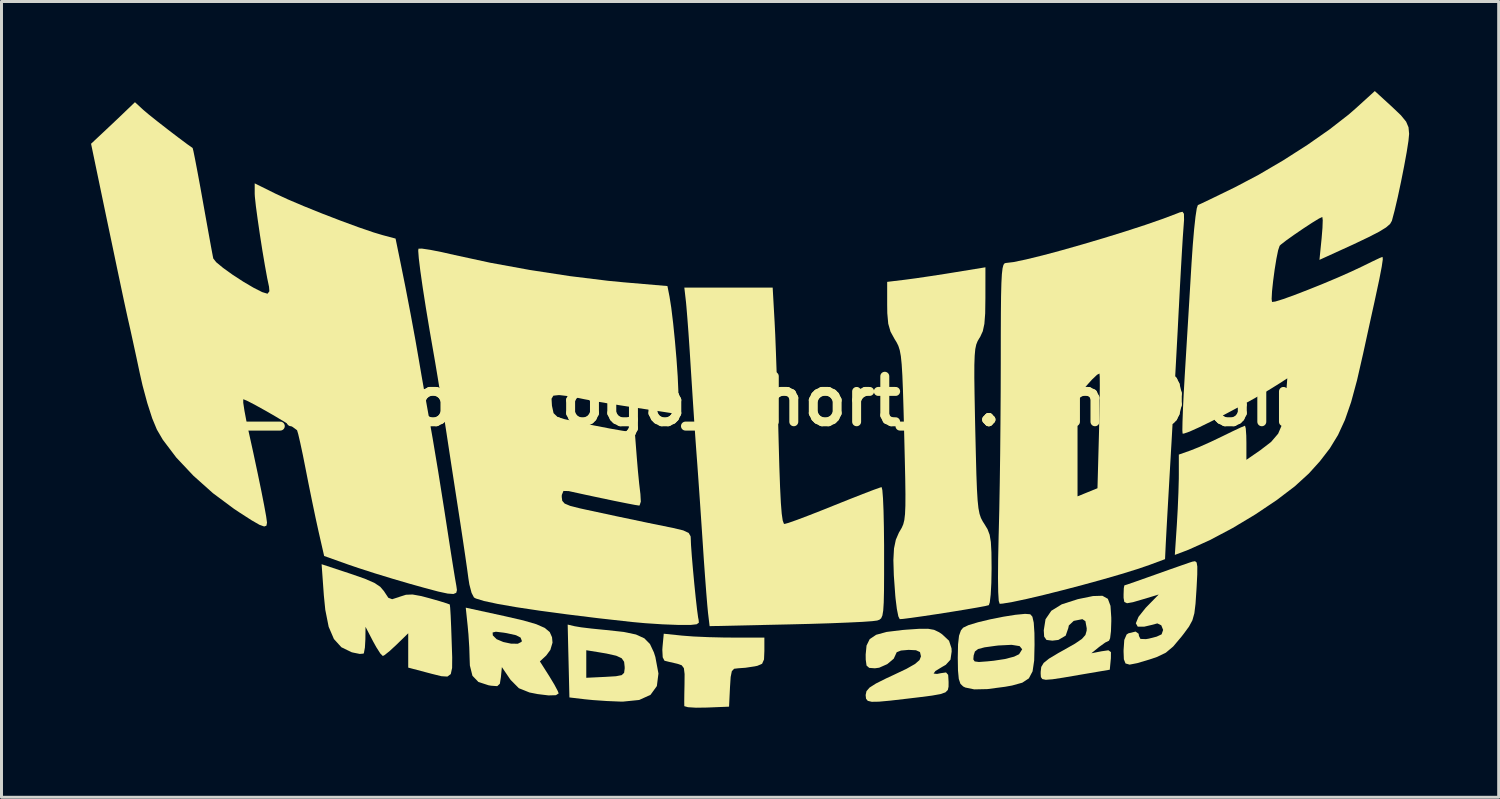
<source format=kicad_pcb>
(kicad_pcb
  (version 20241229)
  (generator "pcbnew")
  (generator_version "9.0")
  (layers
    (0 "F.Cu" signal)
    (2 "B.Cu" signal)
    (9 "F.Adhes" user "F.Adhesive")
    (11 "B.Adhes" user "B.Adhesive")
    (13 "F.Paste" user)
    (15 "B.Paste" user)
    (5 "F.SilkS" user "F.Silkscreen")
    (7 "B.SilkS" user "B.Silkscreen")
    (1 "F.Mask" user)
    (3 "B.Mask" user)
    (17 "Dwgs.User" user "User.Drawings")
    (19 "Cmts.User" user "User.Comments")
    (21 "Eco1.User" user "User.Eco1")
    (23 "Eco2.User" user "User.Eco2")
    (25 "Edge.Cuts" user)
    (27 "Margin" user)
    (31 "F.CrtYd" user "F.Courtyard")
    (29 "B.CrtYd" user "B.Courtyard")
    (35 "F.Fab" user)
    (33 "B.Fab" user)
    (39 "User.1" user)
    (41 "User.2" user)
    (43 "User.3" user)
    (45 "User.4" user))
  (footprint "zz_Helios_Logo_Short_1.8inx0.8in"
    (layer "F.Cu")
    (at 21.832 10.387)
    (property "Reference" "zz_Helios_Logo_Short_1.8inx0.8in" (at 0 0 0) (layer "F.SilkS") (effects (font (size 1.524 1.524) (thickness 0.3))))
    (attr board_only exclude_from_pos_files exclude_from_bom)
    (fp_poly (pts (xy -2.03 7.853) (xy -1.647 7.882) (xy -1.143 7.904) (xy -0.599 7.917) (xy -0.345 7.918) (xy 0.72 7.918) (xy 0.72 8.368) (xy 0.708 8.651) (xy 0.644 8.795) (xy 0.488 8.863) (xy 0.398 8.882) (xy 0.086 8.929) (xy -0.162 8.947) (xy -0.294 8.963) (xy -0.37 9.045) (xy -0.409 9.238) (xy -0.432 9.589) (xy -0.463 10.232) (xy -1.208 10.262) (xy -1.571 10.267) (xy -1.839 10.25) (xy -1.96 10.216) (xy -1.962 10.211) (xy -1.964 10.072) (xy -1.961 9.792) (xy -1.955 9.49) (xy -1.952 9.14) (xy -1.976 8.942) (xy -2.05 8.845) (xy -2.192 8.796) (xy -2.23 8.787) (xy -2.478 8.73) (xy -2.626 8.693) (xy -2.685 8.579) (xy -2.698 8.327) (xy -2.691 8.225) (xy -2.65 7.789)) (stroke (width 0) (type solid)) (fill yes) (layer "F.SilkS"))
    (fp_poly (pts (xy -5.634 7.538) (xy -5.421 7.574) (xy -5.072 7.616) (xy -4.655 7.658) (xy -4.576 7.665) (xy -3.994 7.729) (xy -3.581 7.815) (xy -3.299 7.944) (xy -3.111 8.136) (xy -2.981 8.413) (xy -2.931 8.569) (xy -2.828 9.122) (xy -2.881 9.542) (xy -3.094 9.836) (xy -3.473 10.008) (xy -4.019 10.063) (xy -4.102 10.062) (xy -4.559 10.043) (xy -5.024 10.011) (xy -5.296 9.984) (xy -5.81 9.923) (xy -5.839 8.703) (xy -5.848 8.342) (xy -5.245 8.342) (xy -5.245 9.265) (xy -4.602 9.234) (xy -4.252 9.213) (xy -4.059 9.176) (xy -3.978 9.099) (xy -3.959 8.957) (xy -3.959 8.903) (xy -3.978 8.729) (xy -4.059 8.611) (xy -4.243 8.526) (xy -4.568 8.453) (xy -4.859 8.404) (xy -5.245 8.342) (xy -5.848 8.342) (xy -5.868 7.483)) (stroke (width 0) (type solid)) (fill yes) (layer "F.SilkS"))
    (fp_poly (pts (xy 9.625 7.137) (xy 9.697 7.218) (xy 9.742 7.418) (xy 9.765 7.767) (xy 9.769 8.156) (xy 9.757 8.686) (xy 9.703 9.049) (xy 9.579 9.284) (xy 9.359 9.429) (xy 9.016 9.524) (xy 8.781 9.566) (xy 8.183 9.644) (xy 7.749 9.653) (xy 7.451 9.591) (xy 7.378 9.555) (xy 7.287 9.467) (xy 7.232 9.304) (xy 7.205 9.021) (xy 7.199 8.65) (xy 7.719 8.65) (xy 7.764 8.717) (xy 7.905 8.736) (xy 8.187 8.715) (xy 8.398 8.694) (xy 8.776 8.637) (xy 9.084 8.557) (xy 9.251 8.476) (xy 9.355 8.31) (xy 9.269 8.204) (xy 9.001 8.161) (xy 8.556 8.183) (xy 8.471 8.193) (xy 8.095 8.245) (xy 7.878 8.302) (xy 7.772 8.384) (xy 7.731 8.513) (xy 7.729 8.522) (xy 7.719 8.65) (xy 7.199 8.65) (xy 7.198 8.597) (xy 7.207 8.147) (xy 7.24 7.855) (xy 7.304 7.676) (xy 7.378 7.587) (xy 7.555 7.502) (xy 7.876 7.405) (xy 8.284 7.307) (xy 8.721 7.22) (xy 9.129 7.155) (xy 9.452 7.124)) (stroke (width 0) (type solid)) (fill yes) (layer "F.SilkS"))
    (fp_poly (pts (xy -13.14 5.781) (xy -12.665 5.946) (xy -12.347 6.084) (xy -12.146 6.217) (xy -12.019 6.366) (xy -12.002 6.394) (xy -11.875 6.585) (xy -11.747 6.633) (xy -11.53 6.564) (xy -11.499 6.552) (xy -11.285 6.484) (xy -11.066 6.475) (xy -10.771 6.528) (xy -10.504 6.599) (xy -10.166 6.695) (xy -9.919 6.772) (xy -9.817 6.81) (xy -9.804 6.918) (xy -9.787 7.19) (xy -9.77 7.584) (xy -9.754 8.047) (xy -9.736 8.58) (xy -9.739 8.935) (xy -9.784 9.141) (xy -9.896 9.224) (xy -10.098 9.212) (xy -10.413 9.134) (xy -10.618 9.08) (xy -11.209 8.924) (xy -11.209 7.774) (xy -11.599 8.154) (xy -11.83 8.368) (xy -12.003 8.506) (xy -12.06 8.535) (xy -12.143 8.452) (xy -12.28 8.237) (xy -12.385 8.047) (xy -12.639 7.558) (xy -12.644 7.978) (xy -12.66 8.255) (xy -12.693 8.433) (xy -12.706 8.455) (xy -12.832 8.466) (xy -13.069 8.418) (xy -13.114 8.405) (xy -13.449 8.241) (xy -13.698 7.966) (xy -13.874 7.556) (xy -13.987 6.987) (xy -14.035 6.505) (xy -14.11 5.461)) (stroke (width 0) (type solid)) (fill yes) (layer "F.SilkS"))
    (fp_poly (pts (xy -7.961 7.204) (xy -7.354 7.344) (xy -6.922 7.469) (xy -6.637 7.594) (xy -6.469 7.734) (xy -6.392 7.907) (xy -6.376 8.088) (xy -6.449 8.332) (xy -6.587 8.519) (xy -6.799 8.716) (xy -6.484 9.211) (xy -6.313 9.495) (xy -6.199 9.71) (xy -6.17 9.789) (xy -6.262 9.848) (xy -6.511 9.855) (xy -6.873 9.811) (xy -7.147 9.757) (xy -7.502 9.615) (xy -7.776 9.34) (xy -7.815 9.285) (xy -8.072 8.907) (xy -8.105 9.245) (xy -8.14 9.465) (xy -8.227 9.545) (xy -8.434 9.53) (xy -8.517 9.516) (xy -8.858 9.405) (xy -9.058 9.197) (xy -9.144 8.854) (xy -9.152 8.633) (xy -9.164 8.249) (xy -9.193 7.792) (xy -9.198 7.748) (xy -8.382 7.748) (xy -8.376 7.842) (xy -8.374 7.847) (xy -8.249 7.972) (xy -8.023 8.067) (xy -7.763 8.122) (xy -7.537 8.124) (xy -7.412 8.06) (xy -7.404 8.027) (xy -7.446 7.918) (xy -7.599 7.839) (xy -7.906 7.771) (xy -8.007 7.754) (xy -8.273 7.722) (xy -8.382 7.748) (xy -9.198 7.748) (xy -9.217 7.535) (xy -9.282 6.916)) (stroke (width 0) (type solid)) (fill yes) (layer "F.SilkS"))
    (fp_poly (pts (xy 12.225 6.62) (xy 12.313 6.855) (xy 12.339 7.247) (xy 12.34 7.365) (xy 12.329 7.702) (xy 12.3 7.94) (xy 12.263 8.023) (xy 12.137 8.084) (xy 11.938 8.228) (xy 11.929 8.235) (xy 11.672 8.444) (xy 12.013 8.377) (xy 12.243 8.344) (xy 12.328 8.404) (xy 12.326 8.608) (xy 12.322 8.652) (xy 12.289 8.994) (xy 11.26 9.169) (xy 10.73 9.26) (xy 10.37 9.315) (xy 10.147 9.332) (xy 10.029 9.308) (xy 9.982 9.241) (xy 9.974 9.127) (xy 9.975 9.059) (xy 9.994 8.901) (xy 10.075 8.767) (xy 10.254 8.623) (xy 10.566 8.436) (xy 10.746 8.336) (xy 11.125 8.121) (xy 11.355 7.964) (xy 11.473 7.831) (xy 11.514 7.687) (xy 11.517 7.607) (xy 11.473 7.369) (xy 11.372 7.301) (xy 11.081 7.359) (xy 10.918 7.512) (xy 10.9 7.6) (xy 10.812 7.853) (xy 10.567 7.997) (xy 10.366 8.021) (xy 10.169 7.997) (xy 10.091 7.885) (xy 10.078 7.675) (xy 10.137 7.304) (xy 10.331 7.02) (xy 10.681 6.804) (xy 11.212 6.634) (xy 11.255 6.624) (xy 11.729 6.527) (xy 12.042 6.518)) (stroke (width 0) (type solid)) (fill yes) (layer "F.SilkS"))
    (fp_poly (pts (xy 6.405 7.659) (xy 6.572 7.739) (xy 6.675 7.809) (xy 6.905 8.024) (xy 6.988 8.277) (xy 6.993 8.385) (xy 6.953 8.658) (xy 6.796 8.831) (xy 6.684 8.895) (xy 6.449 9.037) (xy 6.388 9.123) (xy 6.503 9.136) (xy 6.633 9.11) (xy 6.805 9.086) (xy 6.876 9.167) (xy 6.89 9.402) (xy 6.89 9.405) (xy 6.889 9.563) (xy 6.864 9.674) (xy 6.784 9.753) (xy 6.617 9.811) (xy 6.331 9.862) (xy 5.894 9.918) (xy 5.49 9.966) (xy 4.937 10.03) (xy 4.556 10.065) (xy 4.316 10.069) (xy 4.183 10.037) (xy 4.126 9.968) (xy 4.113 9.857) (xy 4.113 9.837) (xy 4.14 9.712) (xy 4.243 9.593) (xy 4.456 9.457) (xy 4.81 9.28) (xy 5.039 9.174) (xy 5.485 8.962) (xy 5.768 8.801) (xy 5.917 8.67) (xy 5.964 8.55) (xy 5.964 8.541) (xy 5.932 8.403) (xy 5.798 8.342) (xy 5.553 8.33) (xy 5.295 8.352) (xy 5.152 8.409) (xy 5.142 8.432) (xy 5.053 8.625) (xy 4.837 8.807) (xy 4.566 8.927) (xy 4.422 8.947) (xy 4.232 8.933) (xy 4.142 8.855) (xy 4.115 8.657) (xy 4.113 8.486) (xy 4.142 8.185) (xy 4.248 7.97) (xy 4.463 7.825) (xy 4.815 7.729) (xy 5.337 7.665) (xy 5.467 7.654) (xy 5.909 7.624) (xy 6.202 7.623)) (stroke (width 0) (type solid)) (fill yes) (layer "F.SilkS"))
    (fp_poly (pts (xy 15.198 5.403) (xy 15.221 5.54) (xy 15.219 5.806) (xy 15.197 6.237) (xy 15.192 6.32) (xy 15.161 6.785) (xy 15.122 7.105) (xy 15.056 7.34) (xy 14.943 7.549) (xy 14.765 7.792) (xy 14.687 7.892) (xy 14.412 8.218) (xy 14.167 8.424) (xy 13.874 8.566) (xy 13.626 8.65) (xy 13.21 8.774) (xy 12.953 8.824) (xy 12.816 8.785) (xy 12.761 8.646) (xy 12.751 8.391) (xy 12.751 8.341) (xy 12.775 7.996) (xy 12.853 7.815) (xy 12.914 7.775) (xy 13.153 7.717) (xy 13.256 7.79) (xy 13.266 7.864) (xy 13.317 7.963) (xy 13.5 7.97) (xy 13.6 7.953) (xy 13.858 7.887) (xy 14.022 7.811) (xy 14.025 7.809) (xy 14.076 7.662) (xy 14.014 7.507) (xy 13.885 7.444) (xy 13.861 7.449) (xy 13.665 7.501) (xy 13.446 7.552) (xy 13.226 7.553) (xy 13.162 7.439) (xy 13.251 7.224) (xy 13.489 6.925) (xy 13.545 6.867) (xy 13.928 6.475) (xy 13.417 6.63) (xy 13.065 6.733) (xy 12.866 6.768) (xy 12.776 6.724) (xy 12.752 6.592) (xy 12.751 6.479) (xy 12.759 6.262) (xy 12.778 6.17) (xy 12.778 6.17) (xy 12.88 6.138) (xy 13.134 6.05) (xy 13.499 5.921) (xy 13.832 5.803) (xy 14.278 5.644) (xy 14.667 5.508) (xy 14.949 5.41) (xy 15.056 5.375) (xy 15.145 5.36)) (stroke (width 0) (type solid)) (fill yes) (layer "F.SilkS"))
    (fp_poly (pts (xy 1.063 -2.648) (xy 1.084 -2.222) (xy 1.107 -1.634) (xy 1.132 -0.926) (xy 1.157 -0.141) (xy 1.181 0.677) (xy 1.197 1.311) (xy 1.221 2.192) (xy 1.246 2.883) (xy 1.272 3.403) (xy 1.301 3.768) (xy 1.334 3.995) (xy 1.372 4.101) (xy 1.394 4.113) (xy 1.529 4.076) (xy 1.818 3.974) (xy 2.227 3.819) (xy 2.719 3.626) (xy 3.042 3.496) (xy 3.564 3.287) (xy 4.019 3.108) (xy 4.374 2.972) (xy 4.593 2.894) (xy 4.647 2.879) (xy 4.671 2.977) (xy 4.693 3.251) (xy 4.711 3.671) (xy 4.723 4.207) (xy 4.73 4.83) (xy 4.73 5.078) (xy 4.73 5.804) (xy 4.727 6.35) (xy 4.718 6.743) (xy 4.701 7.01) (xy 4.673 7.178) (xy 4.632 7.272) (xy 4.574 7.32) (xy 4.499 7.347) (xy 4.336 7.368) (xy 3.998 7.392) (xy 3.514 7.415) (xy 2.915 7.439) (xy 2.231 7.46) (xy 1.577 7.476) (xy -1.114 7.535) (xy -1.168 7.084) (xy -1.192 6.831) (xy -1.226 6.418) (xy -1.266 5.889) (xy -1.309 5.289) (xy -1.339 4.833) (xy -1.386 4.132) (xy -1.436 3.395) (xy -1.485 2.692) (xy -1.528 2.09) (xy -1.546 1.851) (xy -1.585 1.319) (xy -1.631 0.652) (xy -1.679 -0.077) (xy -1.725 -0.797) (xy -1.743 -1.08) (xy -1.782 -1.699) (xy -1.822 -2.285) (xy -1.86 -2.789) (xy -1.891 -3.164) (xy -1.905 -3.316) (xy -1.961 -3.805) (xy 0.998 -3.805)) (stroke (width 0) (type solid)) (fill yes) (layer "F.SilkS"))
    (fp_poly (pts (xy 8.123 -3.451) (xy 8.116 -2.942) (xy 8.089 -2.59) (xy 8.036 -2.344) (xy 7.949 -2.155) (xy 7.922 -2.113) (xy 7.863 -2.013) (xy 7.817 -1.898) (xy 7.784 -1.743) (xy 7.764 -1.523) (xy 7.753 -1.213) (xy 7.752 -0.786) (xy 7.76 -0.217) (xy 7.774 0.518) (xy 7.784 0.972) (xy 7.804 1.802) (xy 7.821 2.453) (xy 7.84 2.949) (xy 7.862 3.318) (xy 7.89 3.584) (xy 7.927 3.774) (xy 7.974 3.914) (xy 8.035 4.03) (xy 8.088 4.112) (xy 8.195 4.289) (xy 8.265 4.475) (xy 8.306 4.717) (xy 8.325 5.064) (xy 8.33 5.563) (xy 8.33 5.622) (xy 8.322 6.089) (xy 8.301 6.475) (xy 8.27 6.738) (xy 8.238 6.832) (xy 8.117 6.862) (xy 7.837 6.914) (xy 7.444 6.981) (xy 6.983 7.056) (xy 6.499 7.132) (xy 6.038 7.201) (xy 5.644 7.257) (xy 5.363 7.293) (xy 5.254 7.301) (xy 5.207 7.207) (xy 5.157 6.957) (xy 5.113 6.601) (xy 5.105 6.514) (xy 5.056 5.834) (xy 5.041 5.32) (xy 5.062 4.934) (xy 5.123 4.641) (xy 5.226 4.403) (xy 5.258 4.349) (xy 5.322 4.239) (xy 5.372 4.124) (xy 5.408 3.98) (xy 5.431 3.781) (xy 5.443 3.501) (xy 5.445 3.116) (xy 5.438 2.598) (xy 5.423 1.925) (xy 5.404 1.149) (xy 5.382 0.309) (xy 5.362 -0.352) (xy 5.342 -0.858) (xy 5.319 -1.235) (xy 5.291 -1.51) (xy 5.254 -1.708) (xy 5.207 -1.855) (xy 5.147 -1.975) (xy 5.082 -2.08) (xy 4.945 -2.329) (xy 4.869 -2.594) (xy 4.837 -2.946) (xy 4.833 -3.23) (xy 4.833 -3.996) (xy 5.424 -4.067) (xy 5.791 -4.116) (xy 6.28 -4.188) (xy 6.811 -4.27) (xy 7.07 -4.312) (xy 8.124 -4.484)) (stroke (width 0) (type solid)) (fill yes) (layer "F.SilkS"))
    (fp_poly (pts (xy 14.773 -6.276) (xy 14.777 -6.076) (xy 14.757 -5.795) (xy 14.736 -5.505) (xy 14.708 -5.052) (xy 14.675 -4.479) (xy 14.639 -3.831) (xy 14.604 -3.149) (xy 14.6 -3.085) (xy 14.562 -2.34) (xy 14.514 -1.455) (xy 14.462 -0.497) (xy 14.408 0.469) (xy 14.357 1.376) (xy 14.341 1.645) (xy 14.298 2.39) (xy 14.258 3.094) (xy 14.222 3.723) (xy 14.193 4.241) (xy 14.173 4.615) (xy 14.164 4.779) (xy 14.14 5.291) (xy 13.626 5.482) (xy 13.208 5.625) (xy 12.672 5.791) (xy 12.054 5.97) (xy 11.392 6.152) (xy 10.722 6.328) (xy 10.081 6.489) (xy 9.507 6.624) (xy 9.036 6.724) (xy 8.706 6.779) (xy 8.601 6.787) (xy 8.57 6.687) (xy 8.552 6.394) (xy 8.545 5.922) (xy 8.55 5.283) (xy 8.567 4.492) (xy 8.57 4.396) (xy 8.588 3.65) (xy 8.596 3.188) (xy 11.209 3.188) (xy 11.543 3.052) (xy 11.877 2.916) (xy 11.929 1.021) (xy 11.943 0.418) (xy 11.952 -0.111) (xy 11.955 -0.534) (xy 11.953 -0.816) (xy 11.944 -0.926) (xy 11.864 -0.885) (xy 11.695 -0.725) (xy 11.559 -0.574) (xy 11.209 -0.171) (xy 11.209 3.188) (xy 8.596 3.188) (xy 8.604 2.752) (xy 8.618 1.757) (xy 8.628 0.719) (xy 8.635 -0.307) (xy 8.638 -1.269) (xy 8.638 -1.311) (xy 8.639 -2.229) (xy 8.642 -2.963) (xy 8.648 -3.531) (xy 8.659 -3.955) (xy 8.675 -4.255) (xy 8.698 -4.452) (xy 8.728 -4.566) (xy 8.767 -4.618) (xy 8.804 -4.628) (xy 9.064 -4.659) (xy 9.484 -4.747) (xy 10.031 -4.881) (xy 10.671 -5.052) (xy 11.369 -5.25) (xy 12.092 -5.464) (xy 12.806 -5.685) (xy 13.477 -5.903) (xy 14.07 -6.109) (xy 14.551 -6.291) (xy 14.628 -6.322) (xy 14.726 -6.344)) (stroke (width 0) (type solid)) (fill yes) (layer "F.SilkS"))
    (fp_poly (pts (xy -10.471 -5.069) (xy -10.081 -4.992) (xy -9.663 -4.897) (xy -8.458 -4.636) (xy -7.138 -4.395) (xy -5.795 -4.189) (xy -4.516 -4.032) (xy -3.997 -3.982) (xy -2.527 -3.856) (xy -2.456 -3.496) (xy -2.398 -3.127) (xy -2.336 -2.615) (xy -2.276 -2.021) (xy -2.223 -1.406) (xy -2.183 -0.832) (xy -2.162 -0.362) (xy -2.16 -0.215) (xy -2.16 0.434) (xy -2.494 0.384) (xy -2.734 0.347) (xy -3.119 0.29) (xy -3.587 0.219) (xy -3.938 0.166) (xy -4.445 0.087) (xy -4.924 0.006) (xy -5.308 -0.065) (xy -5.48 -0.101) (xy -5.82 -0.165) (xy -6.12 -0.201) (xy -6.175 -0.203) (xy -6.348 -0.184) (xy -6.409 -0.082) (xy -6.395 0.153) (xy -6.341 0.401) (xy -6.208 0.529) (xy -5.979 0.601) (xy -5.52 0.704) (xy -4.985 0.814) (xy -4.462 0.915) (xy -4.04 0.989) (xy -3.994 0.996) (xy -3.618 1.053) (xy -3.553 1.889) (xy -3.515 2.342) (xy -3.473 2.766) (xy -3.436 3.08) (xy -3.432 3.111) (xy -3.418 3.365) (xy -3.46 3.492) (xy -3.476 3.496) (xy -3.609 3.476) (xy -3.897 3.421) (xy -4.296 3.341) (xy -4.759 3.244) (xy -5.242 3.141) (xy -5.7 3.041) (xy -5.836 3.011) (xy -6.01 3.007) (xy -6.065 3.142) (xy -6.067 3.208) (xy -6.05 3.337) (xy -5.97 3.429) (xy -5.787 3.506) (xy -5.46 3.589) (xy -5.27 3.631) (xy -4.252 3.85) (xy -3.166 4.078) (xy -2.339 4.247) (xy -1.998 4.328) (xy -1.816 4.413) (xy -1.751 4.526) (xy -1.747 4.574) (xy -1.737 4.818) (xy -1.71 5.193) (xy -1.671 5.647) (xy -1.626 6.129) (xy -1.579 6.59) (xy -1.535 6.979) (xy -1.499 7.245) (xy -1.482 7.327) (xy -1.474 7.419) (xy -1.547 7.472) (xy -1.74 7.494) (xy -2.093 7.495) (xy -2.178 7.494) (xy -2.696 7.474) (xy -3.275 7.436) (xy -3.702 7.397) (xy -4.848 7.269) (xy -5.886 7.141) (xy -6.803 7.018) (xy -7.582 6.901) (xy -8.208 6.792) (xy -8.668 6.694) (xy -8.944 6.609) (xy -9.007 6.574) (xy -9.087 6.421) (xy -9.161 6.139) (xy -9.193 5.937) (xy -9.236 5.62) (xy -9.302 5.163) (xy -9.381 4.629) (xy -9.459 4.113) (xy -9.547 3.543) (xy -9.655 2.843) (xy -9.771 2.09) (xy -9.883 1.356) (xy -9.925 1.08) (xy -10.026 0.428) (xy -10.129 -0.223) (xy -10.225 -0.816) (xy -10.305 -1.295) (xy -10.339 -1.491) (xy -10.488 -2.348) (xy -10.618 -3.129) (xy -10.724 -3.81) (xy -10.804 -4.37) (xy -10.855 -4.788) (xy -10.874 -5.041) (xy -10.865 -5.108) (xy -10.747 -5.11)) (stroke (width 0) (type solid)) (fill yes) (layer "F.SilkS"))
    (fp_poly (pts (xy -20.079 -9.754) (xy -19.898 -9.601) (xy -19.606 -9.368) (xy -19.257 -9.096) (xy -18.906 -8.828) (xy -18.607 -8.605) (xy -18.43 -8.48) (xy -18.404 -8.378) (xy -18.349 -8.107) (xy -18.271 -7.699) (xy -18.176 -7.188) (xy -18.093 -6.725) (xy -17.988 -6.138) (xy -17.893 -5.611) (xy -17.815 -5.181) (xy -17.76 -4.888) (xy -17.739 -4.78) (xy -17.639 -4.653) (xy -17.405 -4.46) (xy -17.087 -4.232) (xy -16.731 -4.001) (xy -16.386 -3.798) (xy -16.1 -3.653) (xy -15.922 -3.599) (xy -15.859 -3.682) (xy -15.871 -3.831) (xy -15.933 -4.126) (xy -16.01 -4.55) (xy -16.095 -5.053) (xy -16.178 -5.585) (xy -16.252 -6.093) (xy -16.311 -6.529) (xy -16.345 -6.842) (xy -16.351 -6.946) (xy -16.351 -7.296) (xy -15.656 -6.951) (xy -15.243 -6.76) (xy -14.705 -6.531) (xy -14.094 -6.285) (xy -13.466 -6.043) (xy -12.873 -5.825) (xy -12.371 -5.653) (xy -12.064 -5.561) (xy -11.633 -5.446) (xy -11.48 -4.702) (xy -11.305 -3.835) (xy -11.129 -2.919) (xy -10.967 -2.04) (xy -10.845 -1.337) (xy -10.76 -0.84) (xy -10.658 -0.262) (xy -10.562 0.278) (xy -10.556 0.309) (xy -10.387 1.267) (xy -10.204 2.363) (xy -10.004 3.622) (xy -9.866 4.514) (xy -9.783 5.049) (xy -9.706 5.535) (xy -9.643 5.922) (xy -9.601 6.162) (xy -9.597 6.185) (xy -9.577 6.327) (xy -9.601 6.419) (xy -9.696 6.458) (xy -9.889 6.444) (xy -10.206 6.376) (xy -10.673 6.251) (xy -11.157 6.116) (xy -11.734 5.947) (xy -12.333 5.764) (xy -12.875 5.589) (xy -13.208 5.476) (xy -14.025 5.185) (xy -14.212 4.366) (xy -14.309 3.923) (xy -14.427 3.358) (xy -14.551 2.749) (xy -14.643 2.282) (xy -14.739 1.798) (xy -14.826 1.392) (xy -14.893 1.104) (xy -14.932 0.974) (xy -14.933 0.972) (xy -15.069 0.872) (xy -15.321 0.712) (xy -15.644 0.518) (xy -15.991 0.318) (xy -16.317 0.137) (xy -16.575 0.002) (xy -16.72 -0.061) (xy -16.735 -0.061) (xy -16.735 0.053) (xy -16.694 0.323) (xy -16.622 0.703) (xy -16.559 0.997) (xy -16.4 1.717) (xy -16.256 2.394) (xy -16.131 2.997) (xy -16.033 3.497) (xy -15.967 3.861) (xy -15.94 4.06) (xy -15.939 4.072) (xy -15.959 4.171) (xy -16.034 4.197) (xy -16.191 4.141) (xy -16.454 3.99) (xy -16.849 3.736) (xy -17.047 3.604) (xy -17.748 3.083) (xy -18.405 2.496) (xy -18.979 1.886) (xy -19.429 1.291) (xy -19.628 0.95) (xy -19.783 0.577) (xy -19.949 0.062) (xy -20.109 -0.533) (xy -20.198 -0.926) (xy -20.311 -1.457) (xy -20.419 -1.954) (xy -20.508 -2.361) (xy -20.567 -2.622) (xy -20.567 -2.622) (xy -20.605 -2.788) (xy -20.66 -3.04) (xy -20.737 -3.395) (xy -20.837 -3.868) (xy -20.965 -4.474) (xy -21.123 -5.229) (xy -21.316 -6.147) (xy -21.545 -7.245) (xy -21.657 -7.782) (xy -21.832 -8.622) (xy -21.431 -8.998) (xy -21.119 -9.291) (xy -20.804 -9.59) (xy -20.696 -9.694) (xy -20.362 -10.014)) (stroke (width 0) (type solid)) (fill yes) (layer "F.SilkS"))
    (fp_poly (pts (xy 21.74 -9.862) (xy 22.042 -9.574) (xy 22.215 -9.362) (xy 22.295 -9.173) (xy 22.315 -8.954) (xy 22.315 -8.95) (xy 22.293 -8.72) (xy 22.234 -8.342) (xy 22.147 -7.867) (xy 22.044 -7.348) (xy 21.935 -6.836) (xy 21.829 -6.383) (xy 21.738 -6.041) (xy 21.738 -6.04) (xy 21.678 -5.936) (xy 21.543 -5.819) (xy 21.309 -5.675) (xy 20.949 -5.49) (xy 20.439 -5.247) (xy 20.084 -5.085) (xy 19.312 -4.733) (xy 19.384 -5.451) (xy 19.413 -5.805) (xy 19.422 -6.061) (xy 19.408 -6.169) (xy 19.406 -6.17) (xy 19.293 -6.115) (xy 19.064 -5.975) (xy 18.771 -5.783) (xy 18.465 -5.574) (xy 18.197 -5.383) (xy 18.019 -5.245) (xy 17.978 -5.204) (xy 17.928 -5.055) (xy 17.87 -4.77) (xy 17.811 -4.406) (xy 17.76 -4.023) (xy 17.723 -3.676) (xy 17.71 -3.423) (xy 17.723 -3.323) (xy 17.836 -3.338) (xy 18.1 -3.42) (xy 18.477 -3.556) (xy 18.93 -3.731) (xy 19.423 -3.929) (xy 19.918 -4.137) (xy 20.376 -4.34) (xy 20.763 -4.522) (xy 20.795 -4.538) (xy 21.105 -4.69) (xy 21.332 -4.797) (xy 21.425 -4.833) (xy 21.434 -4.753) (xy 21.398 -4.505) (xy 21.316 -4.079) (xy 21.185 -3.467) (xy 21.147 -3.291) (xy 21.057 -2.884) (xy 20.943 -2.364) (xy 20.824 -1.818) (xy 20.775 -1.594) (xy 20.57 -0.699) (xy 20.373 0.029) (xy 20.166 0.627) (xy 19.934 1.132) (xy 19.659 1.582) (xy 19.325 2.015) (xy 18.955 2.424) (xy 18.486 2.852) (xy 17.872 3.319) (xy 17.161 3.795) (xy 16.402 4.25) (xy 15.642 4.653) (xy 14.93 4.974) (xy 14.767 5.037) (xy 14.468 5.149) (xy 14.535 4.143) (xy 14.565 3.61) (xy 14.588 3.063) (xy 14.601 2.594) (xy 14.602 2.463) (xy 14.602 1.789) (xy 14.988 1.653) (xy 15.277 1.538) (xy 15.665 1.365) (xy 16.069 1.172) (xy 16.073 1.17) (xy 16.413 1.004) (xy 16.676 0.881) (xy 16.812 0.824) (xy 16.819 0.823) (xy 16.844 0.916) (xy 16.861 1.156) (xy 16.865 1.393) (xy 16.865 1.964) (xy 17.329 1.644) (xy 17.692 1.365) (xy 17.929 1.088) (xy 18.071 0.754) (xy 18.15 0.302) (xy 18.174 0.035) (xy 18.235 -0.765) (xy 17.987 -0.604) (xy 17.613 -0.372) (xy 17.164 -0.111) (xy 16.673 0.161) (xy 16.174 0.427) (xy 15.701 0.671) (xy 15.287 0.873) (xy 14.965 1.018) (xy 14.77 1.086) (xy 14.728 1.086) (xy 14.72 0.974) (xy 14.725 0.69) (xy 14.74 0.267) (xy 14.766 -0.262) (xy 14.799 -0.842) (xy 14.847 -1.633) (xy 14.902 -2.536) (xy 14.958 -3.461) (xy 15.009 -4.314) (xy 15.028 -4.628) (xy 15.069 -5.23) (xy 15.114 -5.758) (xy 15.16 -6.179) (xy 15.203 -6.459) (xy 15.239 -6.567) (xy 15.364 -6.624) (xy 15.635 -6.753) (xy 16.012 -6.936) (xy 16.455 -7.152) (xy 16.478 -7.163) (xy 17.268 -7.579) (xy 18.095 -8.064) (xy 18.908 -8.584) (xy 19.656 -9.107) (xy 20.29 -9.6) (xy 20.532 -9.811) (xy 21.166 -10.387)) (stroke (width 0) (type solid)) (fill yes) (layer "F.SilkS")))
  (gr_rect
    (start -3 -3)
    (end 47.147 23.654)
    (stroke (width 0.1) (type default))
    (fill no)
    (layer "Edge.Cuts")))
</source>
